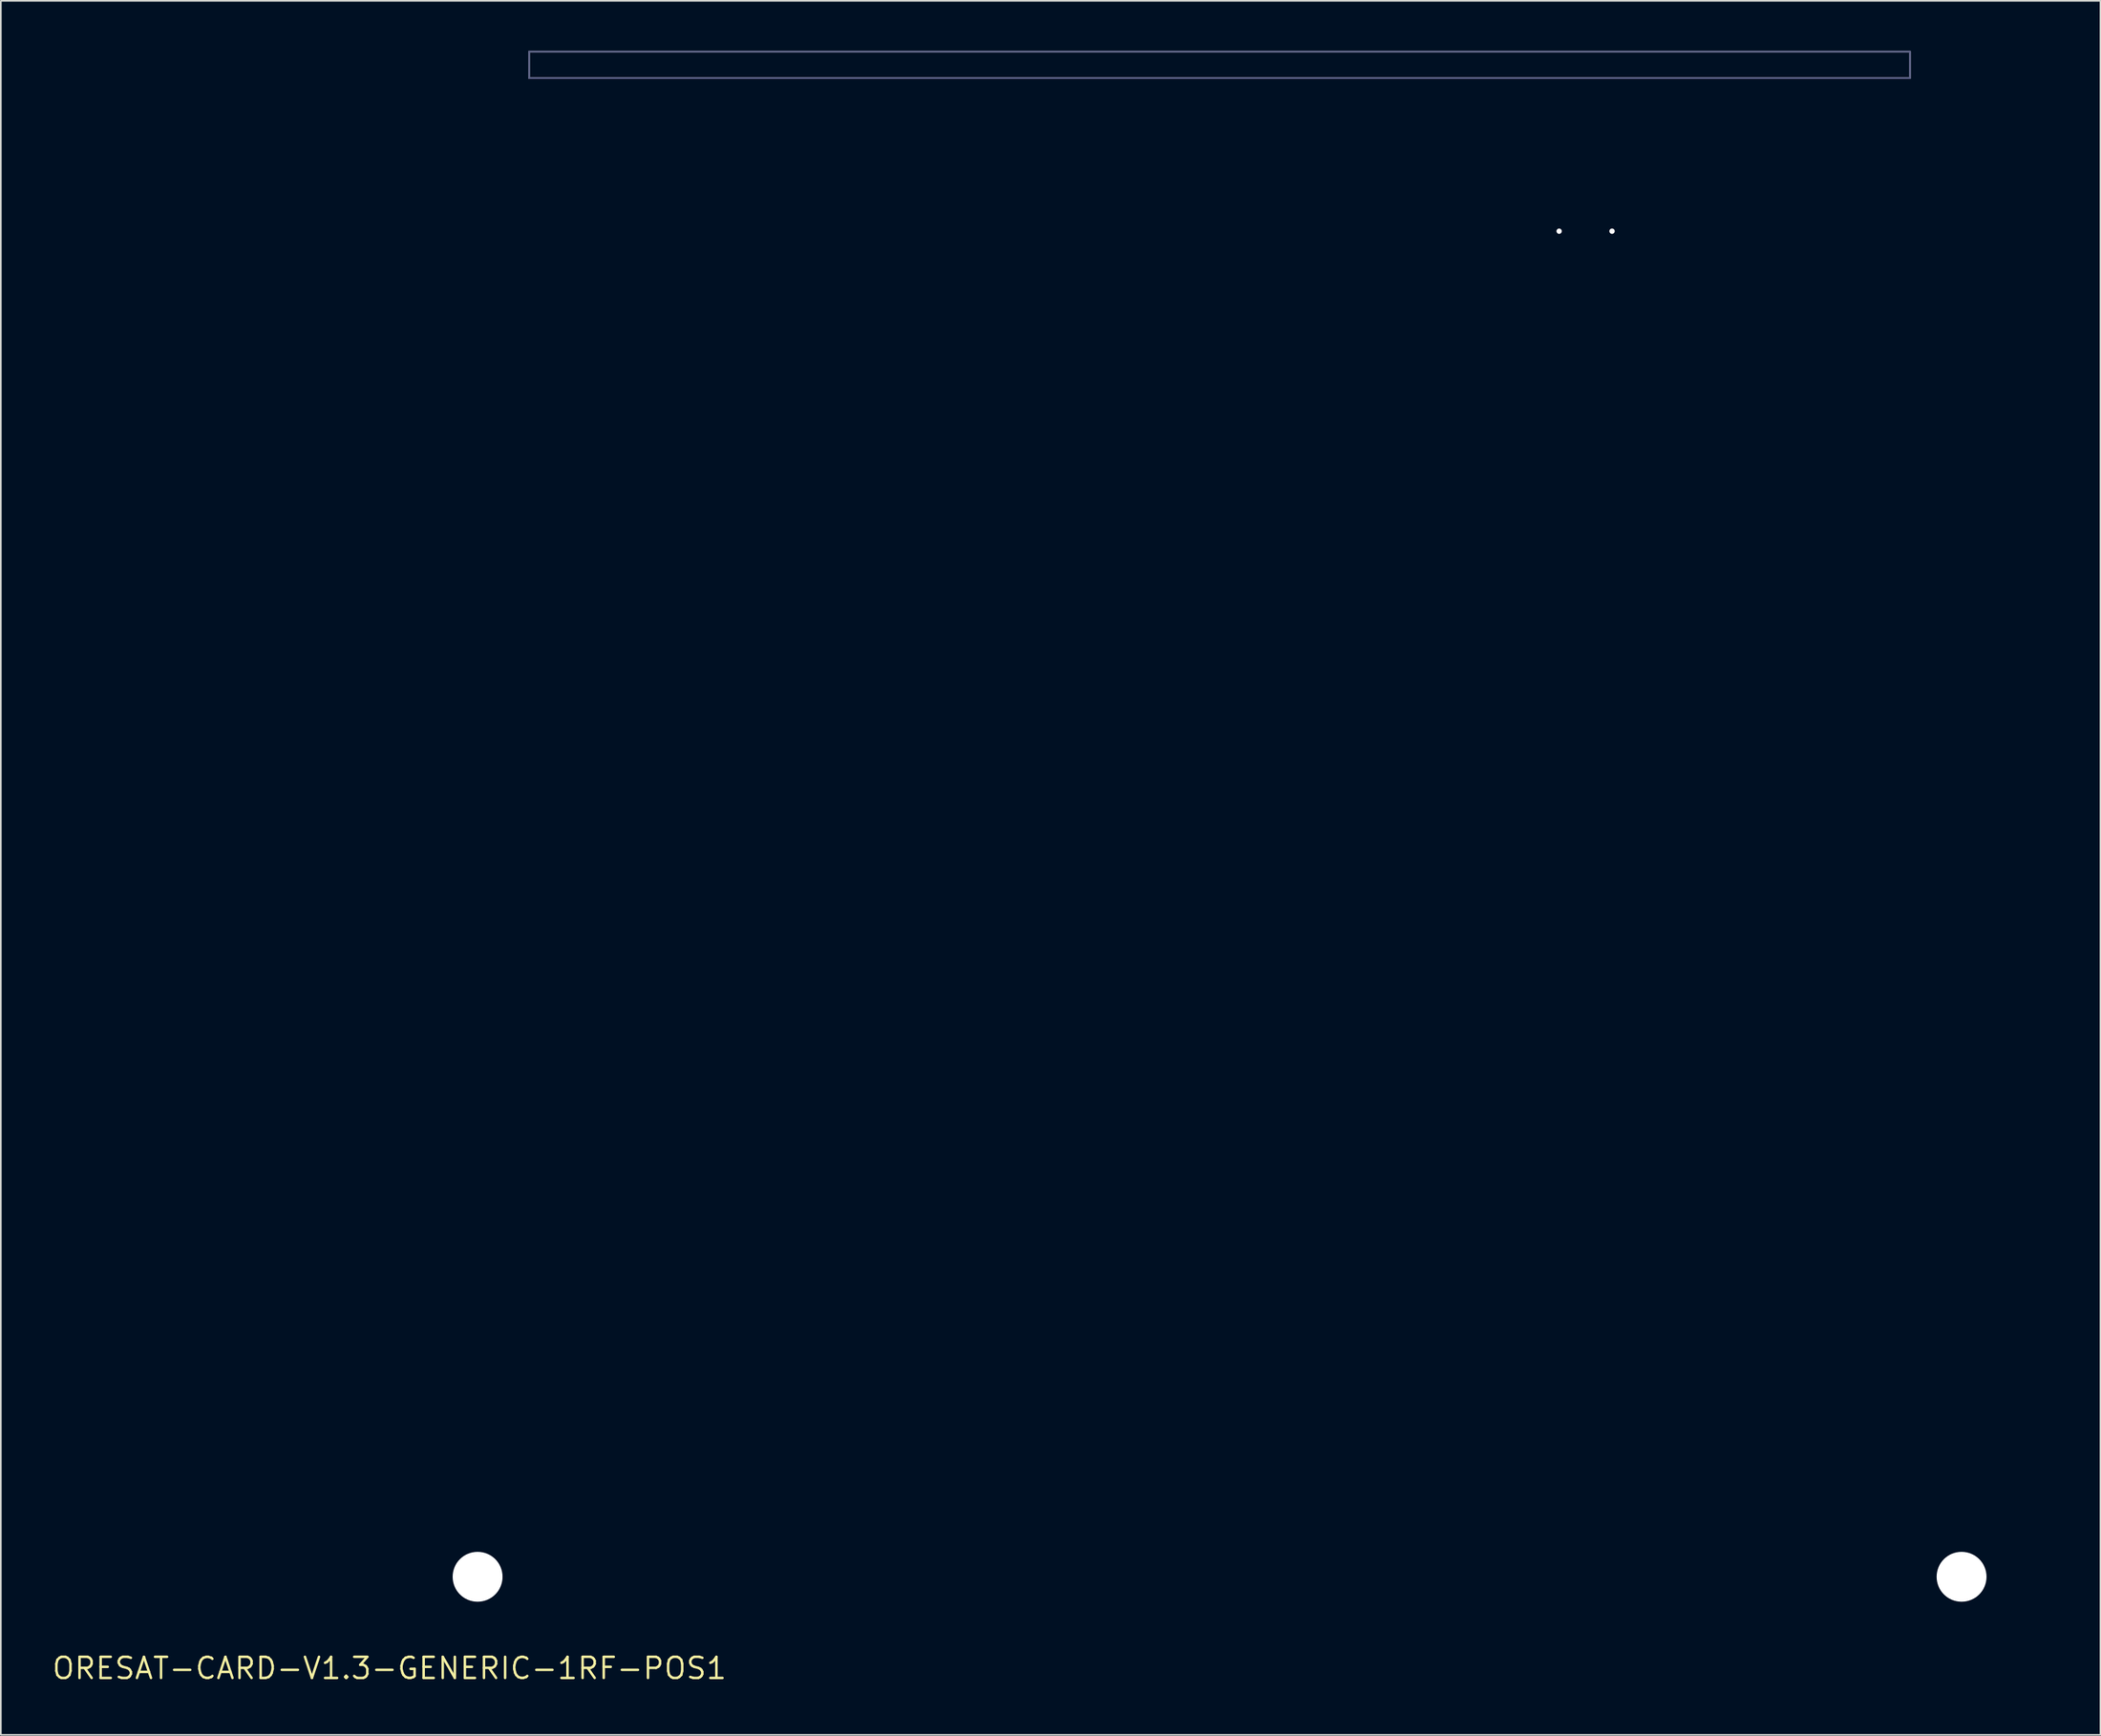
<source format=kicad_pcb>
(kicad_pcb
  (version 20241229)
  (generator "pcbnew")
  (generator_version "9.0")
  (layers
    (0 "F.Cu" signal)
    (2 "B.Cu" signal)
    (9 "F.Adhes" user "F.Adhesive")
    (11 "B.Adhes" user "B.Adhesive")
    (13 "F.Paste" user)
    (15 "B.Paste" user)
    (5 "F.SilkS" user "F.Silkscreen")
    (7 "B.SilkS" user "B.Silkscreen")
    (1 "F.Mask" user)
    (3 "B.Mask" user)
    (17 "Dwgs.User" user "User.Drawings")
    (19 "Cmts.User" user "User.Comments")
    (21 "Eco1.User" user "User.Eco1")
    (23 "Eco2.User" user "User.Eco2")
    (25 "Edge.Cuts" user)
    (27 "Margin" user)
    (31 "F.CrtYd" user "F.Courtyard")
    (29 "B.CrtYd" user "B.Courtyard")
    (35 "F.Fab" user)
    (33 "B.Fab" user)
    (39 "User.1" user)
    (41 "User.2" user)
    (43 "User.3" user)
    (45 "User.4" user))
  (footprint "ORESAT-CARD-V1.3-GENERIC-1RF-POS1"
    (layer "F.Cu")
    (at 20.358 97.25)
    (property "Reference" "ORESAT-CARD-V1.3-GENERIC-1RF-POS1" (at 0 0 0) (layer "F.SilkS") (effects (font (size 1.27 1.27) (thickness 0.15))))
    (fp_poly (pts (xy 2.75 -8.55) (xy 0.497 -8.55) (xy 0.358 -8.568) (xy 0.225 -8.623) (xy 0.111 -8.711) (xy 0.021 -8.827) (xy -0.05 -9.093) (xy -0.05 -88.821) (xy 2.75 -91.621)) (stroke (width 0) (type solid)) (fill yes) (layer "F.Mask"))
    (fp_poly (pts (xy 99.85 -88.822) (xy 99.85 -9.097) (xy 99.832 -8.958) (xy 99.777 -8.825) (xy 99.689 -8.711) (xy 99.575 -8.623) (xy 99.442 -8.568) (xy 99.303 -8.55) (xy 97.05 -8.55) (xy 97.05 -91.414)) (stroke (width 0) (type solid)) (fill yes) (layer "F.Mask"))
    (fp_poly (pts (xy 84.35 -0.497) (xy 84.332 -0.358) (xy 84.277 -0.225) (xy 84.189 -0.111) (xy 84.075 -0.023) (xy 83.942 0.032) (xy 83.803 0.05) (xy 15.997 0.05) (xy 15.858 0.032) (xy 15.725 -0.023) (xy 15.611 -0.111) (xy 15.521 -0.227) (xy 15.45 -0.493) (xy 15.45 -2.65) (xy 84.35 -2.65)) (stroke (width 0) (type solid)) (fill yes) (layer "F.Mask"))
    (fp_poly (pts (xy 2.75 -8.55) (xy 0.497 -8.55) (xy 0.358 -8.568) (xy 0.225 -8.623) (xy 0.111 -8.711) (xy 0.021 -8.827) (xy -0.05 -9.093) (xy -0.05 -88.821) (xy 2.75 -91.621)) (stroke (width 0) (type solid)) (fill yes) (layer "B.Mask"))
    (fp_poly (pts (xy 99.85 -88.822) (xy 99.85 -9.097) (xy 99.832 -8.958) (xy 99.777 -8.825) (xy 99.689 -8.711) (xy 99.575 -8.623) (xy 99.442 -8.568) (xy 99.303 -8.55) (xy 97.05 -8.55) (xy 97.05 -91.414)) (stroke (width 0) (type solid)) (fill yes) (layer "B.Mask"))
    (fp_poly (pts (xy 84.35 -0.497) (xy 84.332 -0.358) (xy 84.277 -0.225) (xy 84.189 -0.111) (xy 84.075 -0.023) (xy 83.942 0.032) (xy 83.803 0.05) (xy 15.997 0.05) (xy 15.858 0.032) (xy 15.725 -0.023) (xy 15.611 -0.111) (xy 15.521 -0.227) (xy 15.45 -0.493) (xy 15.45 -2.65) (xy 84.35 -2.65)) (stroke (width 0) (type solid)) (fill yes) (layer "B.Mask"))
    (fp_line (start 0 -88.8) (end 0 -9.1) (stroke (width 0.001) (type solid)) (layer "Cmts.User"))
    (fp_line (start 0.5 -8.6) (end 2.25 -8.6) (stroke (width 0.001) (type solid)) (layer "Cmts.User"))
    (fp_line (start 2.5 -91.3) (end 2.5 -8.6) (stroke (width 0.001) (type solid)) (layer "Cmts.User"))
    (fp_line (start 2.75 -8.1) (end 2.75 -3.4) (stroke (width 0.001) (type solid)) (layer "Cmts.User"))
    (fp_line (start 3.25 -2.9) (end 4.6 -2.9) (stroke (width 0.001) (type solid)) (layer "Cmts.User"))
    (fp_line (start 4.6 -93.4) (end 0 -88.8) (stroke (width 0.001) (type solid)) (layer "Cmts.User"))
    (fp_line (start 4.6 -2.9) (end 15 -2.9) (stroke (width 0.001) (type solid)) (layer "Cmts.User"))
    (fp_line (start 5.8 -94.6) (end 4.6 -93.4) (stroke (width 0.001) (type solid)) (layer "Cmts.User"))
    (fp_line (start 8.4 -95.6) (end 8.4 -97.2) (stroke (width 0.001) (type solid)) (layer "Cmts.User"))
    (fp_line (start 8.4 -2.9) (end 8.4 -94.6) (stroke (width 0.001) (type solid)) (layer "Cmts.User"))
    (fp_line (start 8.668 -94.6) (end 5.8 -94.6) (stroke (width 0.001) (type solid)) (layer "Cmts.User"))
    (fp_line (start 9.873 -87.9) (end 56.421 -87.9) (stroke (width 0.001) (type solid)) (layer "Cmts.User"))
    (fp_line (start 15.5 -2.4) (end 15.5 -0.5) (stroke (width 0.001) (type solid)) (layer "Cmts.User"))
    (fp_line (start 15.5 -2.4) (end 84.3 -2.4) (stroke (width 0.001) (type solid)) (layer "Cmts.User"))
    (fp_line (start 16 0) (end 83.8 0) (stroke (width 0.001) (type solid)) (layer "Cmts.User"))
    (fp_line (start 21.9 -89.9) (end 21.9 -85.9) (stroke (width 0.001) (type solid)) (layer "Cmts.User"))
    (fp_line (start 31.668 -94.6) (end 12.132 -94.6) (stroke (width 0.001) (type solid)) (layer "Cmts.User"))
    (fp_line (start 49.9 -44.572) (end 49.9 -89.9) (stroke (width 0.001) (type solid)) (layer "Cmts.User"))
    (fp_line (start 64.668 -94.6) (end 35.132 -94.6) (stroke (width 0.001) (type solid)) (layer "Cmts.User"))
    (fp_line (start 66.4 -93.6) (end 67.632 -93.6) (stroke (width 0.001) (type solid)) (layer "Cmts.User"))
    (fp_line (start 68.132 -93.1) (end 68.132 -91.1) (stroke (width 0.001) (type solid)) (layer "Cmts.User"))
    (fp_line (start 70.31 -90.6) (end 68.632 -90.6) (stroke (width 0.001) (type solid)) (layer "Cmts.User"))
    (fp_line (start 70.31 -86.9) (end 70.31 -90.6) (stroke (width 0.001) (type solid)) (layer "Cmts.User"))
    (fp_line (start 70.81 -86.4) (end 72.99 -86.4) (stroke (width 0.001) (type solid)) (layer "Cmts.User"))
    (fp_line (start 73.49 -90.6) (end 75.168 -90.6) (stroke (width 0.001) (type solid)) (layer "Cmts.User"))
    (fp_line (start 73.49 -86.9) (end 73.49 -90.6) (stroke (width 0.001) (type solid)) (layer "Cmts.User"))
    (fp_line (start 75.668 -91.1) (end 75.668 -94.1) (stroke (width 0.001) (type solid)) (layer "Cmts.User"))
    (fp_line (start 76.168 -94.6) (end 76.132 -94.6) (stroke (width 0.001) (type solid)) (layer "Cmts.User"))
    (fp_line (start 76.168 -94.6) (end 76.132 -94.6) (stroke (width 0.001) (type solid)) (layer "Cmts.User"))
    (fp_line (start 84.3 -0.5) (end 84.3 -2.4) (stroke (width 0.001) (type solid)) (layer "Cmts.User"))
    (fp_line (start 84.8 -2.9) (end 95.2 -2.9) (stroke (width 0.001) (type solid)) (layer "Cmts.User"))
    (fp_line (start 87.668 -94.6) (end 76.168 -94.6) (stroke (width 0.001) (type solid)) (layer "Cmts.User"))
    (fp_line (start 91.4 -97.2) (end 8.4 -97.2) (stroke (width 0.001) (type solid)) (layer "Cmts.User"))
    (fp_line (start 91.4 -97.2) (end 91.4 -95.6) (stroke (width 0.001) (type solid)) (layer "Cmts.User"))
    (fp_line (start 91.4 -95.6) (end 8.4 -95.6) (stroke (width 0.001) (type solid)) (layer "Cmts.User"))
    (fp_line (start 91.4 -2.9) (end 91.4 -94.6) (stroke (width 0.001) (type solid)) (layer "Cmts.User"))
    (fp_line (start 94 -94.6) (end 91.132 -94.6) (stroke (width 0.001) (type solid)) (layer "Cmts.User"))
    (fp_line (start 95.2 -93.4) (end 94 -94.6) (stroke (width 0.001) (type solid)) (layer "Cmts.User"))
    (fp_line (start 95.2 -2.9) (end 96.55 -2.9) (stroke (width 0.001) (type solid)) (layer "Cmts.User"))
    (fp_line (start 97.05 -3.4) (end 97.05 -8.1) (stroke (width 0.001) (type solid)) (layer "Cmts.User"))
    (fp_line (start 97.3 -8.55) (end 97.3 -91.3) (stroke (width 0.001) (type solid)) (layer "Cmts.User"))
    (fp_line (start 97.55 -8.6) (end 99.3 -8.6) (stroke (width 0.001) (type solid)) (layer "Cmts.User"))
    (fp_line (start 99.8 -88.8) (end 95.2 -93.4) (stroke (width 0.001) (type solid)) (layer "Cmts.User"))
    (fp_line (start 99.8 -9.1) (end 99.8 -88.8) (stroke (width 0.001) (type solid)) (layer "Cmts.User"))
    (fp_arc (start 0.5 -8.6) (mid 0.146447 -8.746447) (end 0 -9.1) (stroke (width 0.001) (type solid)) (layer "Cmts.User"))
    (fp_arc (start 2.25 -8.6) (mid 2.603553 -8.453553) (end 2.75 -8.1) (stroke (width 0.001) (type solid)) (layer "Cmts.User"))
    (fp_arc (start 3.25 -2.9) (mid 2.896447 -3.046447) (end 2.75 -3.4) (stroke (width 0.001) (type solid)) (layer "Cmts.User"))
    (fp_arc (start 12.13205 -94.6) (mid 10.400001 -93.6) (end 8.667951 -94.599999) (stroke (width 0.001) (type solid)) (layer "Cmts.User"))
    (fp_arc (start 15 -2.9) (mid 15.353553 -2.753553) (end 15.5 -2.4) (stroke (width 0.001) (type solid)) (layer "Cmts.User"))
    (fp_arc (start 16 0) (mid 15.646447 -0.146447) (end 15.5 -0.5) (stroke (width 0.001) (type solid)) (layer "Cmts.User"))
    (fp_arc (start 35.13205 -94.6) (mid 33.400001 -93.6) (end 31.667951 -94.599999) (stroke (width 0.001) (type solid)) (layer "Cmts.User"))
    (fp_arc (start 66.4 -93.6) (mid 65.400001 -93.867949) (end 64.66795 -94.599999) (stroke (width 0.001) (type solid)) (layer "Cmts.User"))
    (fp_arc (start 67.63205 -93.6) (mid 67.985603 -93.453553) (end 68.13205 -93.1) (stroke (width 0.001) (type solid)) (layer "Cmts.User"))
    (fp_arc (start 68.63205 -90.6) (mid 68.278497 -90.746447) (end 68.13205 -91.1) (stroke (width 0.001) (type solid)) (layer "Cmts.User"))
    (fp_arc (start 70.81 -86.4) (mid 70.456447 -86.546447) (end 70.31 -86.9) (stroke (width 0.001) (type solid)) (layer "Cmts.User"))
    (fp_arc (start 73.49 -86.9) (mid 73.343553 -86.546447) (end 72.99 -86.4) (stroke (width 0.001) (type solid)) (layer "Cmts.User"))
    (fp_arc (start 75.66795 -94.1) (mid 75.814397 -94.453553) (end 76.16795 -94.6) (stroke (width 0.001) (type solid)) (layer "Cmts.User"))
    (fp_arc (start 75.66795 -91.1) (mid 75.521503 -90.746447) (end 75.16795 -90.6) (stroke (width 0.001) (type solid)) (layer "Cmts.User"))
    (fp_arc (start 84.3 -2.4) (mid 84.446447 -2.753553) (end 84.8 -2.9) (stroke (width 0.001) (type solid)) (layer "Cmts.User"))
    (fp_arc (start 84.3 -0.5) (mid 84.153553 -0.146447) (end 83.8 0) (stroke (width 0.001) (type solid)) (layer "Cmts.User"))
    (fp_arc (start 91.13205 -94.6) (mid 89.400001 -93.6) (end 87.667951 -94.599999) (stroke (width 0.001) (type solid)) (layer "Cmts.User"))
    (fp_arc (start 97.05 -8.1) (mid 97.196447 -8.453553) (end 97.55 -8.6) (stroke (width 0.001) (type solid)) (layer "Cmts.User"))
    (fp_arc (start 97.05 -3.4) (mid 96.903553 -3.046447) (end 96.55 -2.9) (stroke (width 0.001) (type solid)) (layer "Cmts.User"))
    (fp_arc (start 99.8 -9.1) (mid 99.653553 -8.746447) (end 99.3 -8.6) (stroke (width 0.001) (type solid)) (layer "Cmts.User"))
    (fp_circle (center 49.9 -49.8) (end 52.4 -49.8) (stroke (width 0.001) (type solid)) (fill no) (layer "Cmts.User"))
    (fp_circle (center 70.31 -86.4) (end 70.47 -86.4) (stroke (width 0.001) (type solid)) (fill no) (layer "Cmts.User"))
    (fp_circle (center 73.49 -86.4) (end 73.65 -86.4) (stroke (width 0.001) (type solid)) (fill no) (layer "Cmts.User"))
    (fp_line (start 0 -88.8) (end 0 -9.1) (stroke (width 0.001) (type solid)) (layer "Edge.Cuts"))
    (fp_line (start 0.5 -8.6) (end 2.25 -8.6) (stroke (width 0.001) (type solid)) (layer "Edge.Cuts"))
    (fp_line (start 2.75 -8.1) (end 2.75 -3.4) (stroke (width 0.001) (type solid)) (layer "Edge.Cuts"))
    (fp_line (start 3.25 -2.9) (end 15 -2.9) (stroke (width 0.001) (type solid)) (layer "Edge.Cuts"))
    (fp_line (start 5.8 -94.6) (end 0 -88.8) (stroke (width 0.001) (type solid)) (layer "Edge.Cuts"))
    (fp_line (start 8.668 -94.6) (end 5.8 -94.6) (stroke (width 0.001) (type solid)) (layer "Edge.Cuts"))
    (fp_line (start 15.5 -2.4) (end 15.5 -0.5) (stroke (width 0.001) (type solid)) (layer "Edge.Cuts"))
    (fp_line (start 16 0) (end 83.8 0) (stroke (width 0.001) (type solid)) (layer "Edge.Cuts"))
    (fp_line (start 31.668 -94.6) (end 12.132 -94.6) (stroke (width 0.001) (type solid)) (layer "Edge.Cuts"))
    (fp_line (start 64.668 -94.6) (end 35.132 -94.6) (stroke (width 0.001) (type solid)) (layer "Edge.Cuts"))
    (fp_line (start 66.4 -93.6) (end 67.632 -93.6) (stroke (width 0.001) (type solid)) (layer "Edge.Cuts"))
    (fp_line (start 68.132 -93.1) (end 68.132 -91.1) (stroke (width 0.001) (type solid)) (layer "Edge.Cuts"))
    (fp_line (start 70.31 -90.6) (end 68.632 -90.6) (stroke (width 0.001) (type solid)) (layer "Edge.Cuts"))
    (fp_line (start 70.31 -86.9) (end 70.31 -90.6) (stroke (width 0.001) (type solid)) (layer "Edge.Cuts"))
    (fp_line (start 70.81 -86.4) (end 72.99 -86.4) (stroke (width 0.001) (type solid)) (layer "Edge.Cuts"))
    (fp_line (start 73.49 -90.6) (end 75.168 -90.6) (stroke (width 0.001) (type solid)) (layer "Edge.Cuts"))
    (fp_line (start 73.49 -86.9) (end 73.49 -90.6) (stroke (width 0.001) (type solid)) (layer "Edge.Cuts"))
    (fp_line (start 75.668 -91.1) (end 75.668 -94.1) (stroke (width 0.001) (type solid)) (layer "Edge.Cuts"))
    (fp_line (start 84.3 -0.5) (end 84.3 -2.4) (stroke (width 0.001) (type solid)) (layer "Edge.Cuts"))
    (fp_line (start 84.8 -2.9) (end 96.55 -2.9) (stroke (width 0.001) (type solid)) (layer "Edge.Cuts"))
    (fp_line (start 87.668 -94.6) (end 76.168 -94.6) (stroke (width 0.001) (type solid)) (layer "Edge.Cuts"))
    (fp_line (start 94 -94.6) (end 91.132 -94.6) (stroke (width 0.001) (type solid)) (layer "Edge.Cuts"))
    (fp_line (start 97.05 -3.4) (end 97.05 -8.1) (stroke (width 0.001) (type solid)) (layer "Edge.Cuts"))
    (fp_line (start 97.55 -8.6) (end 99.3 -8.6) (stroke (width 0.001) (type solid)) (layer "Edge.Cuts"))
    (fp_line (start 99.8 -88.8) (end 94 -94.6) (stroke (width 0.001) (type solid)) (layer "Edge.Cuts"))
    (fp_line (start 99.8 -9.1) (end 99.8 -88.8) (stroke (width 0.001) (type solid)) (layer "Edge.Cuts"))
    (fp_arc (start 0.5 -8.6) (mid 0.146447 -8.746447) (end 0 -9.1) (stroke (width 0.001) (type solid)) (layer "Edge.Cuts"))
    (fp_arc (start 2.25 -8.6) (mid 2.603553 -8.453553) (end 2.75 -8.1) (stroke (width 0.001) (type solid)) (layer "Edge.Cuts"))
    (fp_arc (start 3.25 -2.9) (mid 2.896447 -3.046447) (end 2.75 -3.4) (stroke (width 0.001) (type solid)) (layer "Edge.Cuts"))
    (fp_arc (start 12.132049 -94.599999) (mid 10.399999 -93.600001) (end 8.66795 -94.6) (stroke (width 0.001) (type solid)) (layer "Edge.Cuts"))
    (fp_arc (start 15 -2.9) (mid 15.353553 -2.753553) (end 15.5 -2.4) (stroke (width 0.001) (type solid)) (layer "Edge.Cuts"))
    (fp_arc (start 16 0) (mid 15.646447 -0.146447) (end 15.5 -0.5) (stroke (width 0.001) (type solid)) (layer "Edge.Cuts"))
    (fp_arc (start 35.132049 -94.599999) (mid 33.399999 -93.600001) (end 31.66795 -94.6) (stroke (width 0.001) (type solid)) (layer "Edge.Cuts"))
    (fp_arc (start 66.399999 -93.6) (mid 65.4 -93.867949) (end 64.66795 -94.6) (stroke (width 0.001) (type solid)) (layer "Edge.Cuts"))
    (fp_arc (start 67.63205 -93.6) (mid 67.985603 -93.453553) (end 68.13205 -93.1) (stroke (width 0.001) (type solid)) (layer "Edge.Cuts"))
    (fp_arc (start 68.63205 -90.6) (mid 68.278497 -90.746447) (end 68.13205 -91.1) (stroke (width 0.001) (type solid)) (layer "Edge.Cuts"))
    (fp_arc (start 70.81 -86.4) (mid 70.456447 -86.546447) (end 70.31 -86.9) (stroke (width 0.001) (type solid)) (layer "Edge.Cuts"))
    (fp_arc (start 73.49 -86.9) (mid 73.343553 -86.546447) (end 72.99 -86.4) (stroke (width 0.001) (type solid)) (layer "Edge.Cuts"))
    (fp_arc (start 75.66795 -94.1) (mid 75.814397 -94.453553) (end 76.16795 -94.6) (stroke (width 0.001) (type solid)) (layer "Edge.Cuts"))
    (fp_arc (start 75.66795 -91.1) (mid 75.521503 -90.746447) (end 75.16795 -90.6) (stroke (width 0.001) (type solid)) (layer "Edge.Cuts"))
    (fp_arc (start 84.3 -2.4) (mid 84.446447 -2.753553) (end 84.8 -2.9) (stroke (width 0.001) (type solid)) (layer "Edge.Cuts"))
    (fp_arc (start 84.3 -0.5) (mid 84.153553 -0.146447) (end 83.8 0) (stroke (width 0.001) (type solid)) (layer "Edge.Cuts"))
    (fp_arc (start 91.13205 -94.6) (mid 89.400001 -93.6) (end 87.667951 -94.599999) (stroke (width 0.001) (type solid)) (layer "Edge.Cuts"))
    (fp_arc (start 97.05 -8.1) (mid 97.196447 -8.453553) (end 97.55 -8.6) (stroke (width 0.001) (type solid)) (layer "Edge.Cuts"))
    (fp_arc (start 97.05 -3.4) (mid 96.903553 -3.046447) (end 96.55 -2.9) (stroke (width 0.001) (type solid)) (layer "Edge.Cuts"))
    (fp_arc (start 99.8 -9.1) (mid 99.653553 -8.746447) (end 99.3 -8.6) (stroke (width 0.001) (type solid)) (layer "Edge.Cuts"))
    (fp_line (start 4.6 -2.9) (end 4.6 -93.4) (stroke (width 0.001) (type solid)) (layer "B.CrtYd"))
    (fp_line (start 95.2 -2.9) (end 95.2 -93.4) (stroke (width 0.001) (type solid)) (layer "B.CrtYd"))
    (fp_line (start 4.6 -2.9) (end 4.6 -93.4) (stroke (width 0.001) (type solid)) (layer "F.CrtYd"))
    (fp_line (start 95.2 -2.9) (end 95.2 -93.4) (stroke (width 0.001) (type solid)) (layer "F.CrtYd"))
    (fp_poly (pts (xy 8.4 -95.6) (xy 91.4 -95.6) (xy 91.4 -97.2) (xy 8.4 -97.2)) (stroke (width 0.1) (type solid)) (fill no) (layer "B.Fab"))
    (fp_line (start 20.9 -87.894) (end 22.9 -87.894) (stroke (width 0.001) (type solid)) (layer "F.Fab"))
    (fp_line (start 21.9 -88.894) (end 21.9 -86.894) (stroke (width 0.001) (type solid)) (layer "F.Fab"))
    (fp_line (start 48.9 -87.894) (end 50.9 -87.894) (stroke (width 0.001) (type solid)) (layer "F.Fab"))
    (fp_line (start 48.9 -49.8) (end 50.9 -49.8) (stroke (width 0.001) (type solid)) (layer "F.Fab"))
    (fp_line (start 49.9 -88.894) (end 49.9 -86.894) (stroke (width 0.001) (type solid)) (layer "F.Fab"))
    (fp_line (start 49.9 -50.8) (end 49.9 -48.8) (stroke (width 0.001) (type solid)) (layer "F.Fab"))
    (fp_circle (center 21.9 -87.894) (end 22.4 -87.894) (stroke (width 0.001) (type solid)) (fill no) (layer "F.Fab"))
    (fp_circle (center 49.9 -87.894) (end 50.4 -87.894) (stroke (width 0.001) (type solid)) (fill no) (layer "F.Fab"))
    (fp_circle (center 49.9 -49.8) (end 50.4 -49.8) (stroke (width 0.001) (type solid)) (fill no) (layer "F.Fab"))
    (fp_poly (pts (xy 8.4 -95.6) (xy 91.4 -95.6) (xy 91.4 -97.2) (xy 8.4 -97.2)) (stroke (width 0.1) (type solid)) (fill no) (layer "F.Fab"))
    (pad "" np_thru_hole circle (at 5.3 -5.5) (size 3 3) (drill 3) (layers "*.Cu" "*.Mask"))
    (pad "" np_thru_hole circle (at 70.31 -86.4) (size 0.32 0.32) (drill 0.32) (layers "*.Cu" "*.Mask"))
    (pad "" np_thru_hole circle (at 73.49 -86.4) (size 0.32 0.32) (drill 0.32) (layers "*.Cu" "*.Mask"))
    (pad "" np_thru_hole circle (at 94.5 -5.5) (size 3 3) (drill 3) (layers "*.Cu" "*.Mask")))
  (gr_rect
    (start -3 -3)
    (end 123.208 101.256)
    (stroke (width 0.1) (type default))
    (fill no)
    (layer "Edge.Cuts")))
</source>
